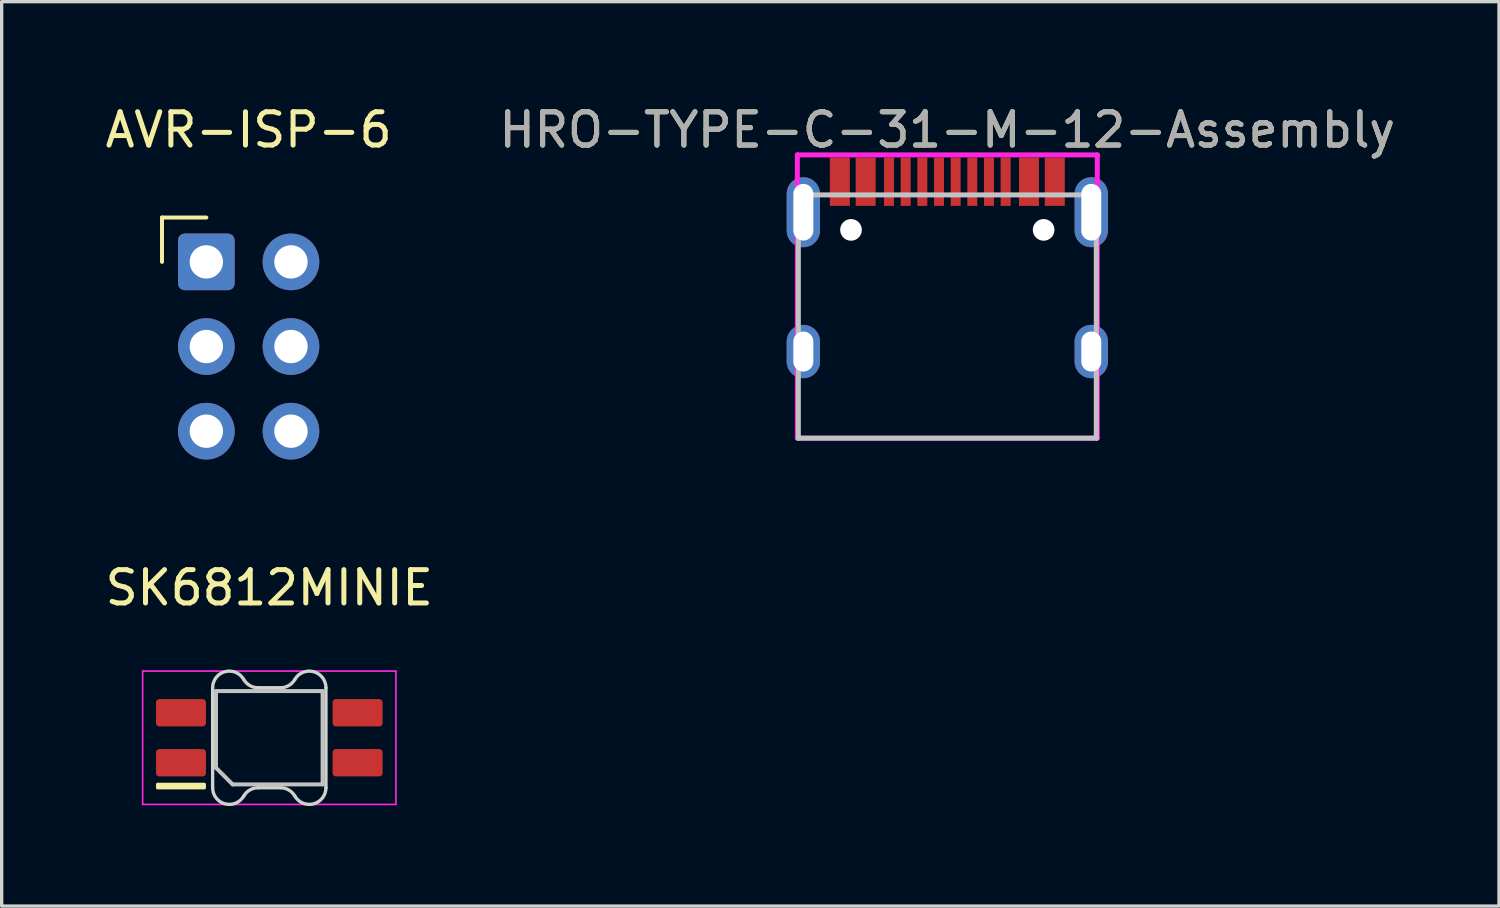
<source format=kicad_pcb>
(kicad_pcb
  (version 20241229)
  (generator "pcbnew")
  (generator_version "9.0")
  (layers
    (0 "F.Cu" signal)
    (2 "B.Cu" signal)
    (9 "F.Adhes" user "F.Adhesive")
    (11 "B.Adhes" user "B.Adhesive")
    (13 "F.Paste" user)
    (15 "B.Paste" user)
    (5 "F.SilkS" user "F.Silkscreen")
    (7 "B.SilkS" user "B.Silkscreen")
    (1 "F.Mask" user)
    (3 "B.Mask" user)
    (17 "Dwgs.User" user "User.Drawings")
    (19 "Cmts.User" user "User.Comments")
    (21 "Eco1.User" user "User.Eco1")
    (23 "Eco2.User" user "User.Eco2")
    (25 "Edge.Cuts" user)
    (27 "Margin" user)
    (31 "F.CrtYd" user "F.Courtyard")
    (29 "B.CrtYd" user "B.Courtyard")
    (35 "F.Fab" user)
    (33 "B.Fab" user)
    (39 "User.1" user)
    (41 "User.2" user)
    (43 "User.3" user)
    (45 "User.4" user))
  (footprint "AVR-ISP-6"
    (layer "F.Cu")
    (at 4.411 7.348)
    (property "Reference" "AVR-ISP-6" (at 0 -6.5 0) (layer "F.SilkS") (effects (font (size 1 1) (thickness 0.15))))
    (attr through_hole)
    (fp_line (start -2.6 -3.87) (end -1.27 -3.87) (stroke (width 0.12) (type solid)) (layer "F.SilkS"))
    (fp_line (start -2.6 -2.54) (end -2.6 -3.87) (stroke (width 0.12) (type solid)) (layer "F.SilkS"))
    (pad "1" thru_hole roundrect (at -1.27 -2.54) (size 1.7 1.7) (drill 1) (layers "*.Cu" "F.Mask") (roundrect_rratio 0.118))
    (pad "2" thru_hole oval (at 1.27 -2.54) (size 1.7 1.7) (drill 1) (layers "*.Cu" "F.Mask"))
    (pad "3" thru_hole oval (at -1.27 0) (size 1.7 1.7) (drill 1) (layers "*.Cu" "F.Mask"))
    (pad "4" thru_hole oval (at 1.27 0) (size 1.7 1.7) (drill 1) (layers "*.Cu" "F.Mask"))
    (pad "5" thru_hole oval (at -1.27 2.54) (size 1.7 1.7) (drill 1) (layers "*.Cu" "F.Mask"))
    (pad "6" thru_hole oval (at 1.27 2.54) (size 1.7 1.7) (drill 1) (layers "*.Cu" "F.Mask")))
  (footprint "SK6812MINIE"
    (layer "F.Cu")
    (at 5.03 19.087)
    (property "Reference" "SK6812MINIE" (at 0 -4.5 0) (layer "F.SilkS") (effects (font (size 1 1) (thickness 0.15))))
    (attr smd)
    (fp_poly (pts (xy -1.95 1.4) (xy -3.35 1.4) (xy -3.35 1.5) (xy -1.95 1.5)) (stroke (width 0.1) (type solid)) (fill yes) (layer "F.SilkS"))
    (fp_line (start -1.6 -1.4) (end 1.6 -1.4) (stroke (width 0.12) (type solid)) (layer "Dwgs.User"))
    (fp_line (start -1.6 0.9) (end -1.6 -1.4) (stroke (width 0.12) (type solid)) (layer "Dwgs.User"))
    (fp_line (start -1.6 0.9) (end -1.1 1.4) (stroke (width 0.12) (type solid)) (layer "Dwgs.User"))
    (fp_line (start 1.6 -1.4) (end 1.6 1.4) (stroke (width 0.12) (type solid)) (layer "Dwgs.User"))
    (fp_line (start 1.6 1.4) (end -1.1 1.4) (stroke (width 0.12) (type solid)) (layer "Dwgs.User"))
    (fp_line (start -1.7 1.5) (end -1.7 -1.5) (stroke (width 0.1) (type solid)) (layer "Edge.Cuts"))
    (fp_line (start -0.334 -1.5) (end 0.334 -1.5) (stroke (width 0.1) (type solid)) (layer "Edge.Cuts"))
    (fp_line (start 0.334 1.5) (end -0.334 1.5) (stroke (width 0.1) (type solid)) (layer "Edge.Cuts"))
    (fp_line (start 1.7 -1.5) (end 1.7 1.5) (stroke (width 0.1) (type solid)) (layer "Edge.Cuts"))
    (fp_arc (start -1.7 -1.5) (mid -1.329409 -1.982963) (end -0.766987 -1.75) (stroke (width 0.1) (type solid)) (layer "Edge.Cuts"))
    (fp_arc (start -0.766987 1.75) (mid -1.32941 1.982963) (end -1.7 1.5) (stroke (width 0.1) (type solid)) (layer "Edge.Cuts"))
    (fp_arc (start -0.766987 1.75) (mid -0.583975 1.566987) (end -0.333975 1.5) (stroke (width 0.1) (type solid)) (layer "Edge.Cuts"))
    (fp_arc (start -0.333975 -1.5) (mid -0.583975 -1.566987) (end -0.766987 -1.75) (stroke (width 0.1) (type solid)) (layer "Edge.Cuts"))
    (fp_arc (start 0.333975 1.5) (mid 0.583975 1.566987) (end 0.766987 1.75) (stroke (width 0.1) (type solid)) (layer "Edge.Cuts"))
    (fp_arc (start 0.766987 -1.75) (mid 0.583975 -1.566987) (end 0.333975 -1.5) (stroke (width 0.1) (type solid)) (layer "Edge.Cuts"))
    (fp_arc (start 0.766987 -1.75) (mid 1.32941 -1.982963) (end 1.7 -1.5) (stroke (width 0.1) (type solid)) (layer "Edge.Cuts"))
    (fp_arc (start 1.7 1.5) (mid 1.329409 1.982963) (end 0.766987 1.75) (stroke (width 0.1) (type solid)) (layer "Edge.Cuts"))
    (fp_line (start -3.8 -2) (end 3.8 -2) (stroke (width 0.05) (type solid)) (layer "F.CrtYd"))
    (fp_line (start -3.8 2) (end -3.8 -2) (stroke (width 0.05) (type solid)) (layer "F.CrtYd"))
    (fp_line (start 3.8 -2) (end 3.8 2) (stroke (width 0.05) (type solid)) (layer "F.CrtYd"))
    (fp_line (start 3.8 2) (end -3.8 2) (stroke (width 0.05) (type solid)) (layer "F.CrtYd"))
    (pad "1" smd roundrect (at 2.65 -0.75 90) (size 0.82 1.5) (layers "F.Cu" "F.Mask" "F.Paste") (roundrect_rratio 0.122))
    (pad "2" smd roundrect (at 2.65 0.75 90) (size 0.82 1.5) (layers "F.Cu" "F.Mask" "F.Paste") (roundrect_rratio 0.122))
    (pad "3" smd roundrect (at -2.65 0.75 90) (size 0.82 1.5) (layers "F.Cu" "F.Mask" "F.Paste") (roundrect_rratio 0.122))
    (pad "4" smd roundrect (at -2.65 -0.75 90) (size 0.82 1.5) (layers "F.Cu" "F.Mask" "F.Paste") (roundrect_rratio 0.122)))
  (footprint "HRO-TYPE-C-31-M-12-Assembly"
    (layer "F.Cu")
    (at 25.375 10.098)
    (property "Reference" "HRO-TYPE-C-31-M-12-Assembly" (at 0 -9.25 0) (layer "F.SilkS") (effects (font (size 1 1) (thickness 0.15))))
    (attr smd)
    (fp_line (start -4.47 -7.3) (end 4.47 -7.3) (stroke (width 0.15) (type solid)) (layer "Dwgs.User"))
    (fp_line (start -4.47 0) (end -4.47 -7.3) (stroke (width 0.15) (type solid)) (layer "Dwgs.User"))
    (fp_line (start -4.47 0) (end 4.47 0) (stroke (width 0.15) (type solid)) (layer "Dwgs.User"))
    (fp_line (start 4.47 0) (end 4.47 -7.3) (stroke (width 0.15) (type solid)) (layer "Dwgs.User"))
    (fp_line (start -4.5 -8.5) (end 4.5 -8.5) (stroke (width 0.15) (type solid)) (layer "F.CrtYd"))
    (fp_line (start -4.5 0) (end -4.5 -8.5) (stroke (width 0.15) (type solid)) (layer "F.CrtYd"))
    (fp_line (start 4.5 -8.5) (end 4.5 0) (stroke (width 0.15) (type solid)) (layer "F.CrtYd"))
    (fp_line (start 4.5 0) (end -4.5 0) (stroke (width 0.15) (type solid)) (layer "F.CrtYd"))
    (fp_text user "${REFERENCE}" (at 0 -9.25 0) (layer "F.Fab") (effects (font (size 1 1) (thickness 0.15))))
    (pad "" np_thru_hole circle (at -2.89 -6.25) (size 0.65 0.65) (drill 0.65) (layers "*.Cu" "*.Mask"))
    (pad "" np_thru_hole circle (at 2.89 -6.25) (size 0.65 0.65) (drill 0.65) (layers "*.Cu" "*.Mask"))
    (pad "1" smd rect (at -3.225 -7.695) (size 0.6 1.45) (layers "F.Cu" "F.Mask" "F.Paste"))
    (pad "2" smd rect (at -2.45 -7.695) (size 0.6 1.45) (layers "F.Cu" "F.Mask" "F.Paste"))
    (pad "3" smd rect (at -1.75 -7.695) (size 0.3 1.45) (layers "F.Cu" "F.Mask" "F.Paste"))
    (pad "4" smd rect (at -1.25 -7.695) (size 0.3 1.45) (layers "F.Cu" "F.Mask" "F.Paste"))
    (pad "5" smd rect (at -0.75 -7.695) (size 0.3 1.45) (layers "F.Cu" "F.Mask" "F.Paste"))
    (pad "6" smd rect (at -0.25 -7.695) (size 0.3 1.45) (layers "F.Cu" "F.Mask" "F.Paste"))
    (pad "7" smd rect (at 0.25 -7.695) (size 0.3 1.45) (layers "F.Cu" "F.Mask" "F.Paste"))
    (pad "8" smd rect (at 0.75 -7.695) (size 0.3 1.45) (layers "F.Cu" "F.Mask" "F.Paste"))
    (pad "9" smd rect (at 1.25 -7.695) (size 0.3 1.45) (layers "F.Cu" "F.Mask" "F.Paste"))
    (pad "10" smd rect (at 1.75 -7.695) (size 0.3 1.45) (layers "F.Cu" "F.Mask" "F.Paste"))
    (pad "11" smd rect (at 2.45 -7.695) (size 0.6 1.45) (layers "F.Cu" "F.Mask" "F.Paste"))
    (pad "12" smd rect (at 3.225 -7.695) (size 0.6 1.45) (layers "F.Cu" "F.Mask" "F.Paste"))
    (pad "13" thru_hole oval (at -4.32 -6.78) (size 1 2.1) (drill oval 0.6 1.7) (layers "*.Cu" "*.Mask"))
    (pad "13" thru_hole oval (at -4.32 -2.6) (size 1 1.6) (drill oval 0.6 1.2) (layers "*.Cu" "*.Mask"))
    (pad "13" thru_hole oval (at 4.32 -6.78) (size 1 2.1) (drill oval 0.6 1.7) (layers "*.Cu" "*.Mask"))
    (pad "13" thru_hole oval (at 4.32 -2.6) (size 1 1.6) (drill oval 0.6 1.2) (layers "*.Cu" "*.Mask")))
  (gr_rect
    (start -3 -3)
    (end 41.929 24.137)
    (stroke (width 0.1) (type default))
    (fill no)
    (layer "Edge.Cuts")))
</source>
